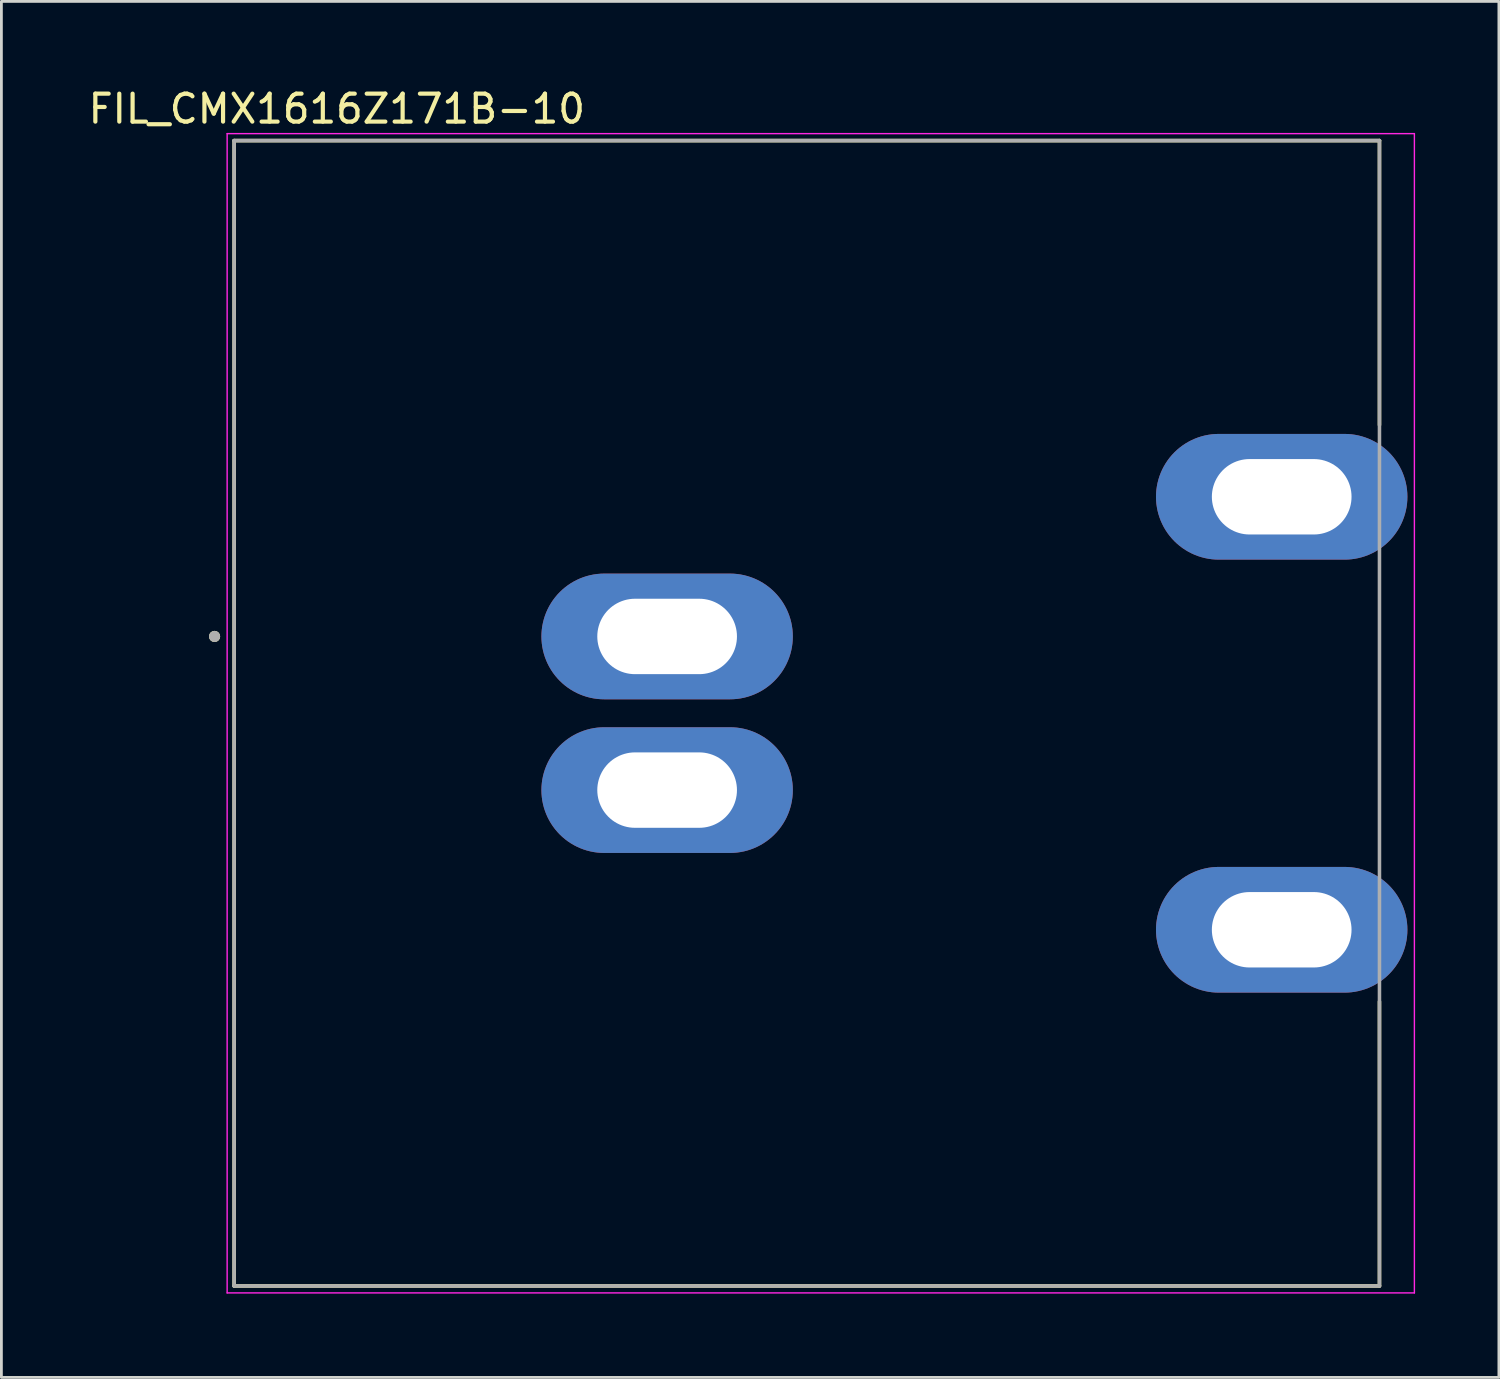
<source format=kicad_pcb>
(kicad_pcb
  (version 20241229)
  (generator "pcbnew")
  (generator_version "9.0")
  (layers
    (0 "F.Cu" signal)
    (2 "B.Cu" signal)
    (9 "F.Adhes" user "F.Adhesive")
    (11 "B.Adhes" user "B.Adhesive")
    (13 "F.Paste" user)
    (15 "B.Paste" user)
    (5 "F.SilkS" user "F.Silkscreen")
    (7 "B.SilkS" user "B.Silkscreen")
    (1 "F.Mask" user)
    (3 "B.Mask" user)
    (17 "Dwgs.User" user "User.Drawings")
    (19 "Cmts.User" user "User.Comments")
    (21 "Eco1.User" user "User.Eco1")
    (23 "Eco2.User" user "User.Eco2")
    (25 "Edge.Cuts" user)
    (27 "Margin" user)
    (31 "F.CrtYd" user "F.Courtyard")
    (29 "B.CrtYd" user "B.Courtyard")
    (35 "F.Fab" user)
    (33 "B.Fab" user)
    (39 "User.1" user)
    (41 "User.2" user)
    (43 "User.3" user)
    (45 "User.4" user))
  (footprint "FIL_CMX1616Z171B-10"
    (layer "F.Cu")
    (at 25.831 22.483)
    (property "Reference" "FIL_CMX1616Z171B-10" (at -16.825 -21.635 0) (layer "F.SilkS") (effects (font (size 1 1) (thickness 0.15))))
    (attr through_hole)
    (fp_line (start -20.5 -20.5) (end 20.5 -20.5) (stroke (width 0.127) (type solid)) (layer "F.SilkS"))
    (fp_line (start -20.5 20.5) (end -20.5 -20.5) (stroke (width 0.127) (type solid)) (layer "F.SilkS"))
    (fp_line (start -20.5 20.5) (end 20.5 20.5) (stroke (width 0.127) (type solid)) (layer "F.SilkS"))
    (fp_line (start 20.5 -20.5) (end 20.5 -10.32) (stroke (width 0.127) (type solid)) (layer "F.SilkS"))
    (fp_line (start 20.5 10.32) (end 20.5 20.5) (stroke (width 0.127) (type solid)) (layer "F.SilkS"))
    (fp_circle (center -21.2 -2.75) (end -21.1 -2.75) (stroke (width 0.2) (type solid)) (fill no) (layer "F.SilkS"))
    (fp_line (start -20.75 -20.75) (end -20.75 20.75) (stroke (width 0.05) (type solid)) (layer "F.CrtYd"))
    (fp_line (start -20.75 20.75) (end 21.75 20.75) (stroke (width 0.05) (type solid)) (layer "F.CrtYd"))
    (fp_line (start 21.75 -20.75) (end -20.75 -20.75) (stroke (width 0.05) (type solid)) (layer "F.CrtYd"))
    (fp_line (start 21.75 20.75) (end 21.75 -20.75) (stroke (width 0.05) (type solid)) (layer "F.CrtYd"))
    (fp_line (start -20.5 -20.5) (end 20.5 -20.5) (stroke (width 0.127) (type solid)) (layer "F.Fab"))
    (fp_line (start -20.5 20.5) (end -20.5 -20.5) (stroke (width 0.127) (type solid)) (layer "F.Fab"))
    (fp_line (start 20.5 -20.5) (end 20.5 20.5) (stroke (width 0.127) (type solid)) (layer "F.Fab"))
    (fp_line (start 20.5 20.5) (end -20.5 20.5) (stroke (width 0.127) (type solid)) (layer "F.Fab"))
    (fp_circle (center -21.2 -2.75) (end -21.1 -2.75) (stroke (width 0.2) (type solid)) (fill no) (layer "F.Fab"))
    (pad "1" thru_hole oval (at -5 -2.75) (size 9 4.5) (drill oval 5 2.7) (layers "*.Cu" "*.Mask"))
    (pad "2" thru_hole oval (at -5 2.75) (size 9 4.5) (drill oval 5 2.7) (layers "*.Cu" "*.Mask"))
    (pad "3" thru_hole oval (at 17 7.75) (size 9 4.5) (drill oval 5 2.7) (layers "*.Cu" "*.Mask"))
    (pad "4" thru_hole oval (at 17 -7.75) (size 9 4.5) (drill oval 5 2.7) (layers "*.Cu" "*.Mask")))
  (gr_rect
    (start -3 -3)
    (end 50.606 46.258)
    (stroke (width 0.1) (type default))
    (fill no)
    (layer "Edge.Cuts")))
</source>
